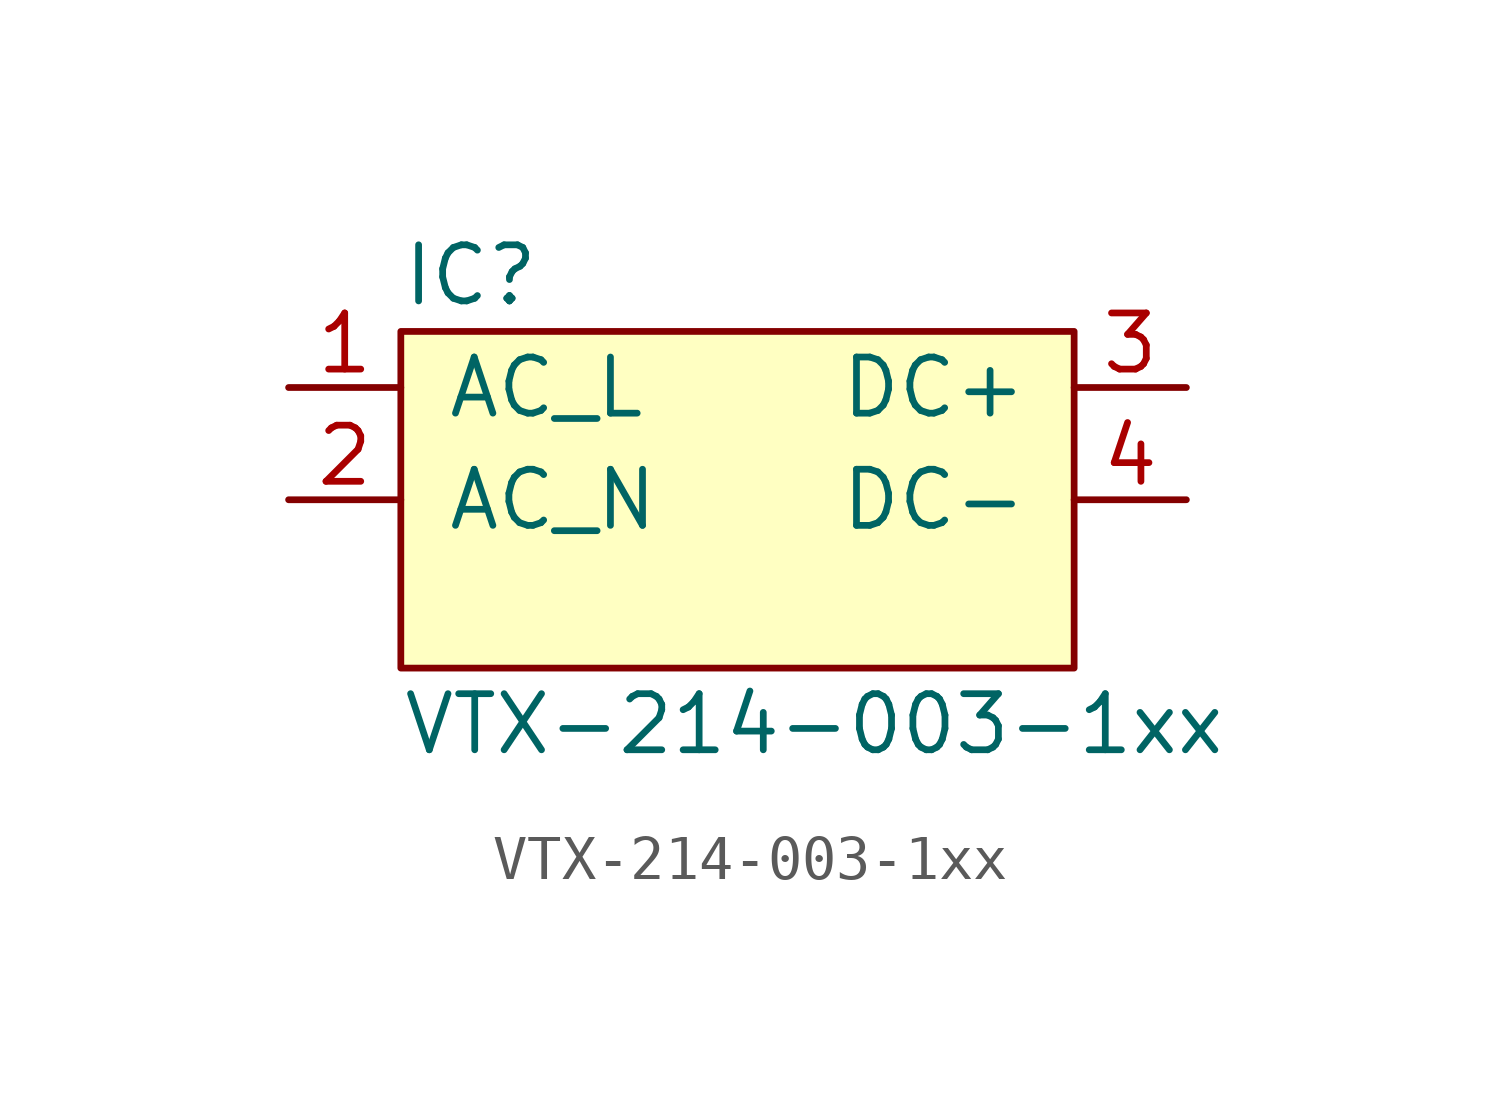
<source format=kicad_sym>
(kicad_symbol_lib
  (version 20211014)
  (generator agg_kicad.build_lib_ic)
  (symbol "VTX-214-003-1xx"
    (pin_names
      (offset 1.016))
    (property Reference IC
      (at -7.62 5.08 0)
      (effects (font (size 1.27 1.27)) (justify left)))
    (property Value "VTX-214-003-1xx"
      (at -7.62 -5.08 0)
      (effects (font (size 1.27 1.27)) (justify left)))
    (symbol "VTX-214-003-1xx_0_0"
      (rectangle (start -7.62 3.81) (end 7.62 -3.81) (stroke (width 0) (type default) (color 0 0 0 0)) (fill (type background)))
      (pin power_in line (at -10.16 2.54 0) (length 2.54) (name AC_L (effects (font (size 1.27 1.27)))) (number "1" (effects (font (size 1.27 1.27)))))
      (pin power_in line (at -10.16 0 0) (length 2.54) (name AC_N (effects (font (size 1.27 1.27)))) (number "2" (effects (font (size 1.27 1.27)))))
      (pin power_out line (at 10.16 2.54 180) (length 2.54) (name "DC+" (effects (font (size 1.27 1.27)))) (number "3" (effects (font (size 1.27 1.27)))))
      (pin power_out line (at 10.16 0 180) (length 2.54) (name "DC-" (effects (font (size 1.27 1.27)))) (number "4" (effects (font (size 1.27 1.27))))))))
</source>
